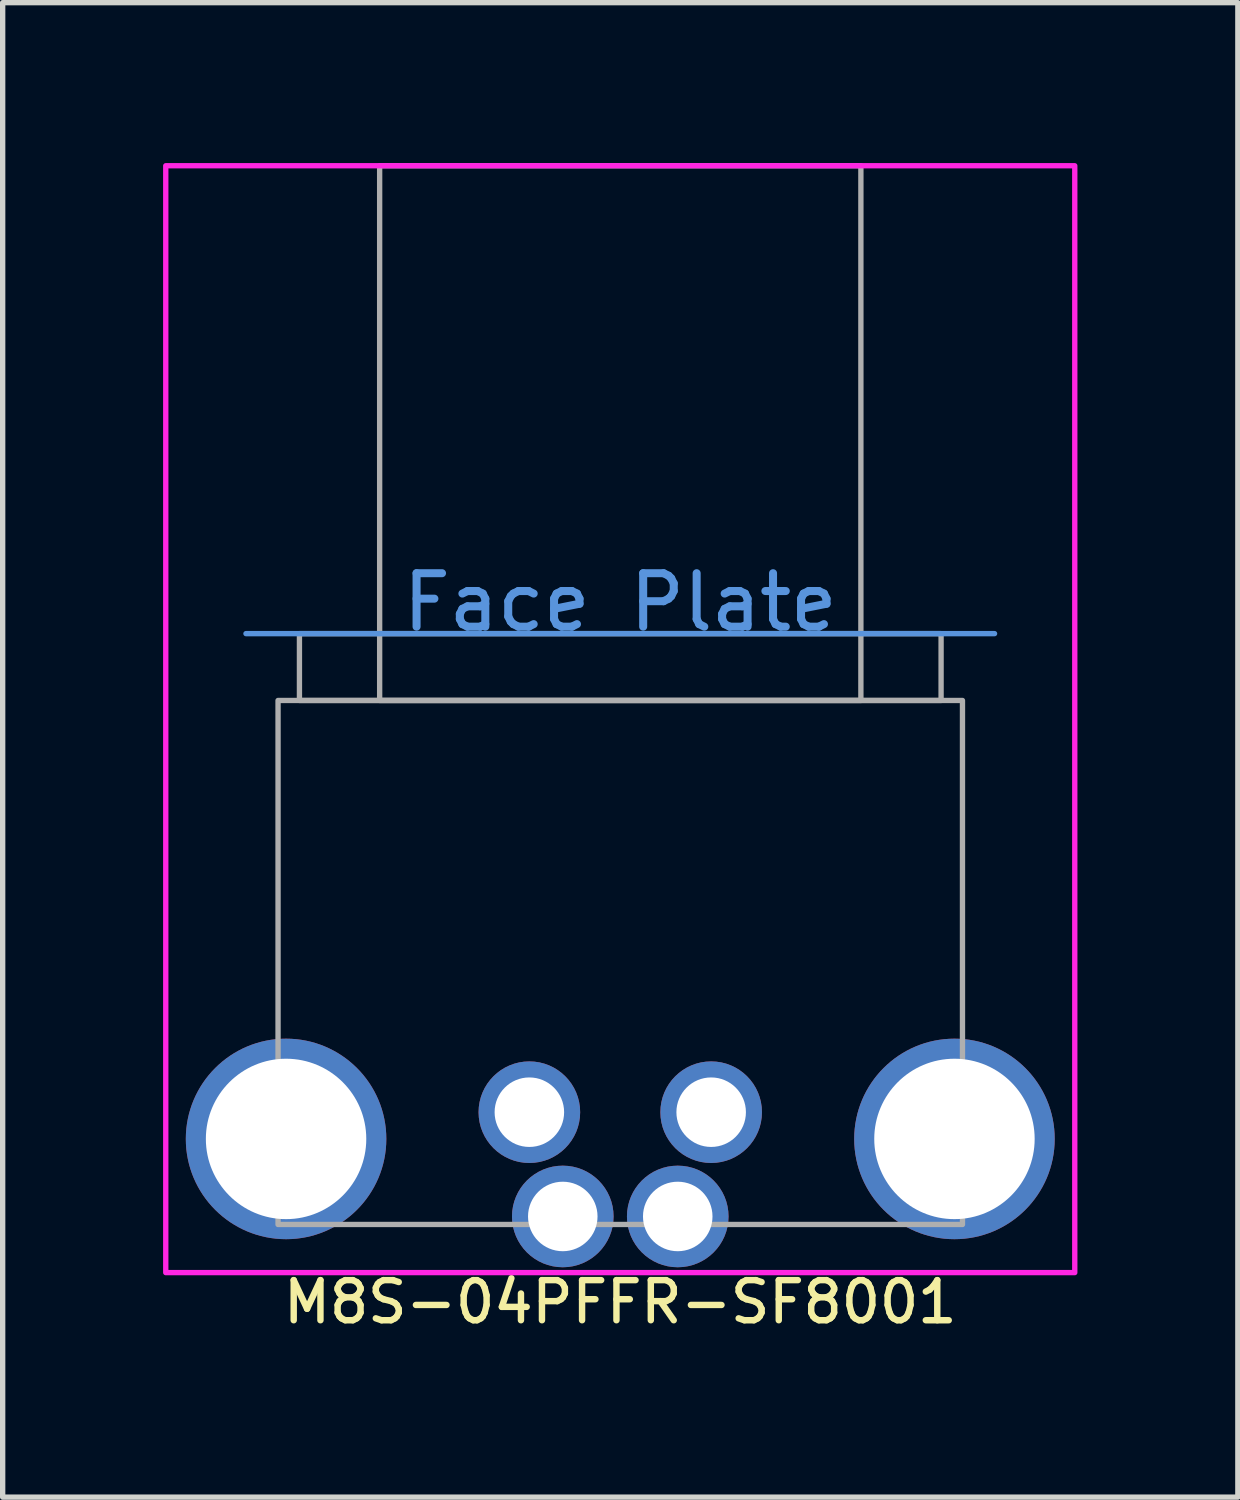
<source format=kicad_pcb>
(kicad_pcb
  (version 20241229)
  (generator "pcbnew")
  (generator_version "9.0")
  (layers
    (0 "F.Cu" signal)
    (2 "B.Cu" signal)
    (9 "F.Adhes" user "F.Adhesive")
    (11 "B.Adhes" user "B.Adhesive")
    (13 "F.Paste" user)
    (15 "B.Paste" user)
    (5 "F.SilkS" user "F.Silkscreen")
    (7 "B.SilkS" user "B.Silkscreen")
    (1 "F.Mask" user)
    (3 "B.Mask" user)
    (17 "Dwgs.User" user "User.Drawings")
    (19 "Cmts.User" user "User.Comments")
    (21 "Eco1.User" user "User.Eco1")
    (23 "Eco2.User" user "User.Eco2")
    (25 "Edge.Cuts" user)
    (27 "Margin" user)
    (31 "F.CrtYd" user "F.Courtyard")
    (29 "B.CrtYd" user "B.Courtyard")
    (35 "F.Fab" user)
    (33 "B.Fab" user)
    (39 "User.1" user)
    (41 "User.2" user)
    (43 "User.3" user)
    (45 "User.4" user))
  (footprint "M8S-04PFFR-SF8001"
    (layer "F.Cu")
    (at 8.55 18.25)
    (property "Reference" "M8S-04PFFR-SF8001" (at 0 3.05 0) (unlocked yes) (layer "F.SilkS") (effects (font (size 0.75 0.75) (thickness 0.12))))
    (attr through_hole)
    (fp_line (start -7 -9.45) (end 7 -9.45) (stroke (width 0.1) (type default)) (layer "Cmts.User"))
    (fp_rect (start -8.5 -18.2) (end 8.5 2.5) (stroke (width 0.1) (type default)) (fill no) (layer "F.CrtYd"))
    (fp_rect (start -6.4 -8.2) (end 6.4 1.6) (stroke (width 0.1) (type default)) (fill no) (layer "F.Fab"))
    (fp_rect (start -6 -9.45) (end 6 -8.2) (stroke (width 0.1) (type default)) (fill no) (layer "F.Fab"))
    (fp_rect (start -4.5 -18.2) (end 4.5 -8.2) (stroke (width 0.1) (type default)) (fill no) (layer "F.Fab"))
    (fp_text user "Face Plate" (at 0 -9.45 0) (layer "Cmts.User") (effects (font (size 1 1) (thickness 0.15)) (justify bottom)))
    (pad "1" thru_hole circle (at -1.7 -0.5) (size 1.9 1.9) (drill 1.3) (layers "*.Cu" "*.Mask"))
    (pad "2" thru_hole circle (at -1.075 1.45) (size 1.9 1.9) (drill 1.3) (layers "*.Cu" "*.Mask"))
    (pad "3" thru_hole circle (at 1.7 -0.5) (size 1.9 1.9) (drill 1.3) (layers "*.Cu" "*.Mask"))
    (pad "4" thru_hole circle (at 1.075 1.45) (size 1.9 1.9) (drill 1.3) (layers "*.Cu" "*.Mask"))
    (pad "S1" thru_hole circle (at -6.25 0) (size 3.75 3.75) (drill 3) (layers "*.Cu" "*.Mask"))
    (pad "S2" thru_hole circle (at 6.25 0) (size 3.75 3.75) (drill 3) (layers "*.Cu" "*.Mask")))
  (gr_rect
    (start -3 -3)
    (end 20.1 24.949)
    (stroke (width 0.1) (type default))
    (fill no)
    (layer "Edge.Cuts")))
</source>
